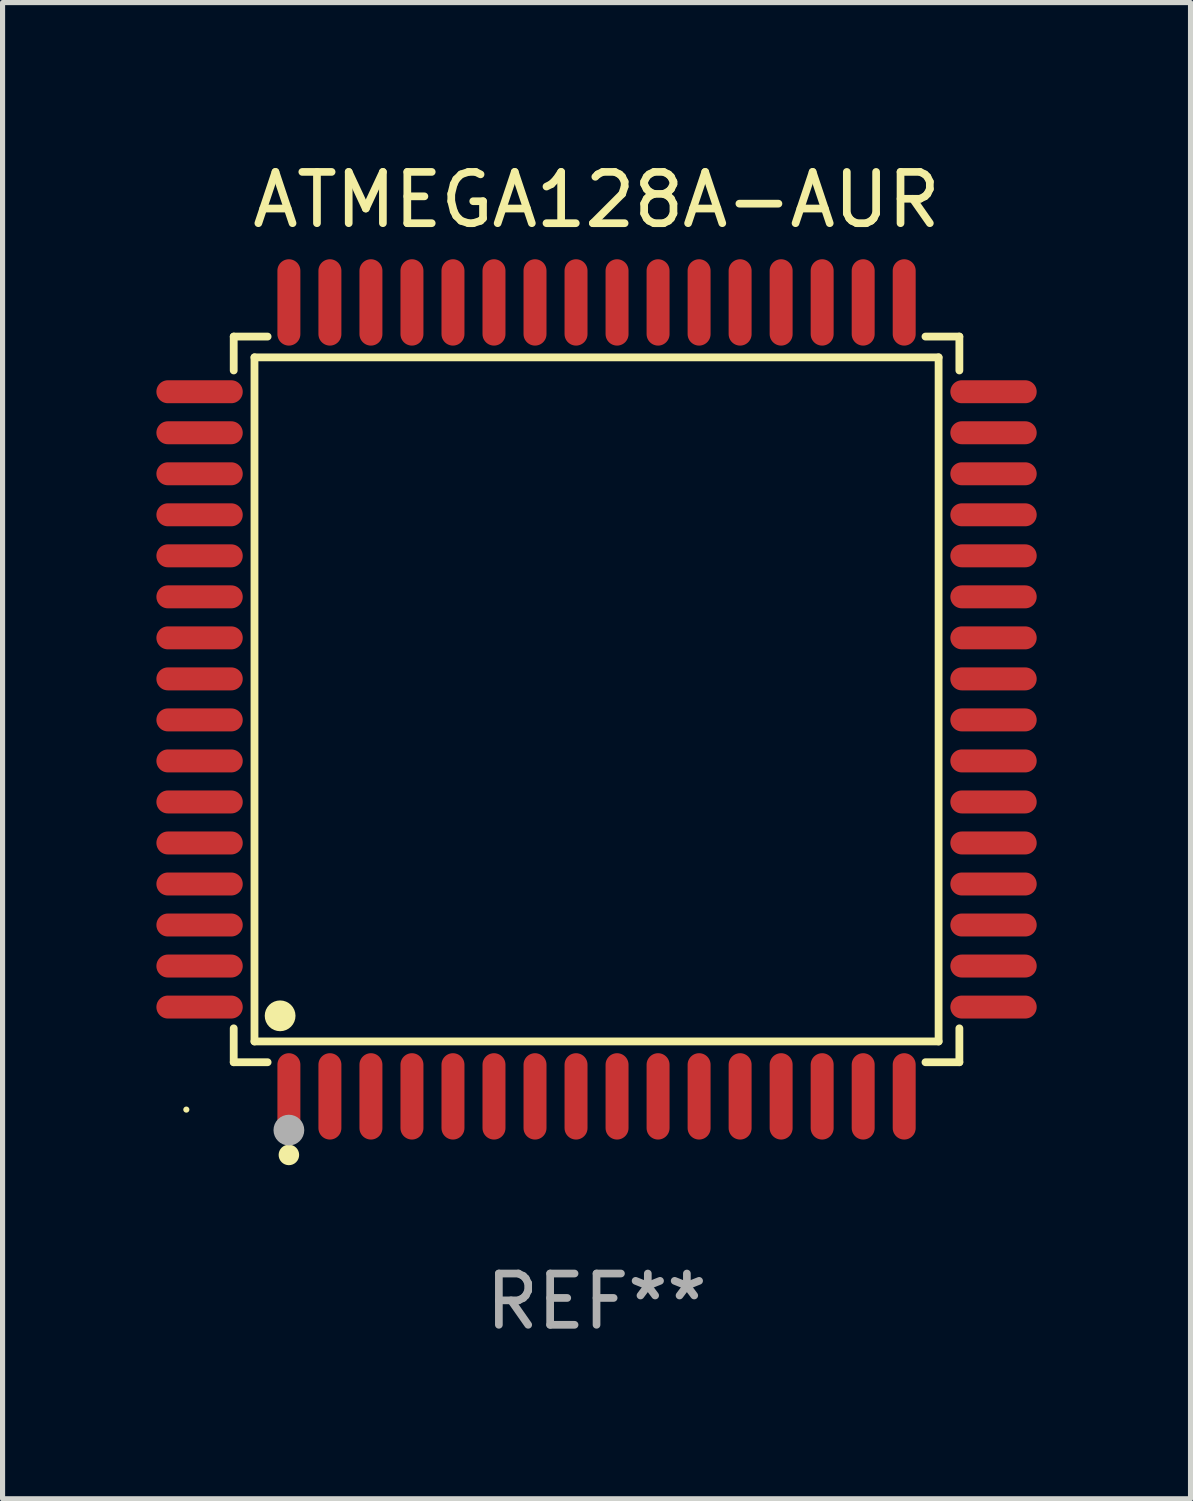
<source format=kicad_pcb>
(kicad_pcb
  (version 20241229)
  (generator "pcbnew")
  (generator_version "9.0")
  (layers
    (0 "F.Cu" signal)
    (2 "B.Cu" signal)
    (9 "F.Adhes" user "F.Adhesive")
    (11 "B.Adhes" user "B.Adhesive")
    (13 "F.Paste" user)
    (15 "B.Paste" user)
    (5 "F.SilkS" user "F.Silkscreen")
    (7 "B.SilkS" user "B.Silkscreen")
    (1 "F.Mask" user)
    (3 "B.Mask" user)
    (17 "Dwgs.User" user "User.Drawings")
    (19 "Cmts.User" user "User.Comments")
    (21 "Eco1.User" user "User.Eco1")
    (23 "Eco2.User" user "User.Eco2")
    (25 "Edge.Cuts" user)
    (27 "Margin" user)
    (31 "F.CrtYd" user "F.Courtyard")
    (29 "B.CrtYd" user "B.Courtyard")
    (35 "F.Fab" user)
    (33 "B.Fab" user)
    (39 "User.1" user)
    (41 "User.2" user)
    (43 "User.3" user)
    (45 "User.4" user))
  (footprint "ATMEGA128A-AUR"
    (layer "F.Cu")
    (at 8.584 10.59)
    (property "Reference" "ATMEGA128A-AUR" (at 0 -9.742 0) (layer "F.SilkS") (effects (font (size 1 1) (thickness 0.15))))
    (attr through_hole)
    (fp_line (start -7.076 -7.076) (end -6.415 -7.076) (stroke (width 0.152) (type solid)) (layer "F.SilkS"))
    (fp_line (start -7.076 -6.415) (end -7.076 -7.076) (stroke (width 0.152) (type solid)) (layer "F.SilkS"))
    (fp_line (start -7.076 6.415) (end -7.076 7.076) (stroke (width 0.152) (type solid)) (layer "F.SilkS"))
    (fp_line (start -7.076 7.076) (end -6.415 7.076) (stroke (width 0.152) (type solid)) (layer "F.SilkS"))
    (fp_line (start -6.671 -6.671) (end 6.671 -6.671) (stroke (width 0.152) (type solid)) (layer "F.SilkS"))
    (fp_line (start -6.671 6.671) (end -6.671 -6.671) (stroke (width 0.152) (type solid)) (layer "F.SilkS"))
    (fp_line (start 6.671 -6.671) (end 6.671 6.671) (stroke (width 0.152) (type solid)) (layer "F.SilkS"))
    (fp_line (start 6.671 6.671) (end -6.671 6.671) (stroke (width 0.152) (type solid)) (layer "F.SilkS"))
    (fp_line (start 7.076 -7.076) (end 6.415 -7.076) (stroke (width 0.152) (type solid)) (layer "F.SilkS"))
    (fp_line (start 7.076 -6.415) (end 7.076 -7.076) (stroke (width 0.152) (type solid)) (layer "F.SilkS"))
    (fp_line (start 7.076 6.415) (end 7.076 7.076) (stroke (width 0.152) (type solid)) (layer "F.SilkS"))
    (fp_line (start 7.076 7.076) (end 6.415 7.076) (stroke (width 0.152) (type solid)) (layer "F.SilkS"))
    (fp_circle (center -8 8) (end -7.97 8) (stroke (width 0.06) (type solid)) (fill no) (layer "F.SilkS"))
    (fp_circle (center -6.171 6.171) (end -6.021 6.171) (stroke (width 0.3) (type solid)) (fill no) (layer "F.SilkS"))
    (fp_circle (center -6 8.884) (end -5.9 8.884) (stroke (width 0.2) (type solid)) (fill no) (layer "F.SilkS"))
    (fp_circle (center -6 8.4) (end -5.85 8.4) (stroke (width 0.3) (type solid)) (fill no) (layer "F.Fab"))
    (fp_text user "REF**" (at 0 11.742 0) (layer "F.Fab") (effects (font (size 1 1) (thickness 0.15))))
    (pad "1" smd oval (at -6 7.742) (size 0.448 1.684) (layers "F.Cu" "F.Mask" "F.Paste"))
    (pad "2" smd oval (at -5.2 7.742) (size 0.448 1.684) (layers "F.Cu" "F.Mask" "F.Paste"))
    (pad "3" smd oval (at -4.4 7.742) (size 0.448 1.684) (layers "F.Cu" "F.Mask" "F.Paste"))
    (pad "4" smd oval (at -3.6 7.742) (size 0.448 1.684) (layers "F.Cu" "F.Mask" "F.Paste"))
    (pad "5" smd oval (at -2.8 7.742) (size 0.448 1.684) (layers "F.Cu" "F.Mask" "F.Paste"))
    (pad "6" smd oval (at -2 7.742) (size 0.448 1.684) (layers "F.Cu" "F.Mask" "F.Paste"))
    (pad "7" smd oval (at -1.2 7.742) (size 0.448 1.684) (layers "F.Cu" "F.Mask" "F.Paste"))
    (pad "8" smd oval (at -0.4 7.742) (size 0.448 1.684) (layers "F.Cu" "F.Mask" "F.Paste"))
    (pad "9" smd oval (at 0.4 7.742) (size 0.448 1.684) (layers "F.Cu" "F.Mask" "F.Paste"))
    (pad "10" smd oval (at 1.2 7.742) (size 0.448 1.684) (layers "F.Cu" "F.Mask" "F.Paste"))
    (pad "11" smd oval (at 2 7.742) (size 0.448 1.684) (layers "F.Cu" "F.Mask" "F.Paste"))
    (pad "12" smd oval (at 2.8 7.742) (size 0.448 1.684) (layers "F.Cu" "F.Mask" "F.Paste"))
    (pad "13" smd oval (at 3.6 7.742) (size 0.448 1.684) (layers "F.Cu" "F.Mask" "F.Paste"))
    (pad "14" smd oval (at 4.4 7.742) (size 0.448 1.684) (layers "F.Cu" "F.Mask" "F.Paste"))
    (pad "15" smd oval (at 5.2 7.742) (size 0.448 1.684) (layers "F.Cu" "F.Mask" "F.Paste"))
    (pad "16" smd oval (at 6 7.742) (size 0.448 1.684) (layers "F.Cu" "F.Mask" "F.Paste"))
    (pad "17" smd oval (at 7.742 6) (size 1.684 0.448) (layers "F.Cu" "F.Mask" "F.Paste"))
    (pad "18" smd oval (at 7.742 5.2) (size 1.684 0.448) (layers "F.Cu" "F.Mask" "F.Paste"))
    (pad "19" smd oval (at 7.742 4.4) (size 1.684 0.448) (layers "F.Cu" "F.Mask" "F.Paste"))
    (pad "20" smd oval (at 7.742 3.6) (size 1.684 0.448) (layers "F.Cu" "F.Mask" "F.Paste"))
    (pad "21" smd oval (at 7.742 2.8) (size 1.684 0.448) (layers "F.Cu" "F.Mask" "F.Paste"))
    (pad "22" smd oval (at 7.742 2) (size 1.684 0.448) (layers "F.Cu" "F.Mask" "F.Paste"))
    (pad "23" smd oval (at 7.742 1.2) (size 1.684 0.448) (layers "F.Cu" "F.Mask" "F.Paste"))
    (pad "24" smd oval (at 7.742 0.4) (size 1.684 0.448) (layers "F.Cu" "F.Mask" "F.Paste"))
    (pad "25" smd oval (at 7.742 -0.4) (size 1.684 0.448) (layers "F.Cu" "F.Mask" "F.Paste"))
    (pad "26" smd oval (at 7.742 -1.2) (size 1.684 0.448) (layers "F.Cu" "F.Mask" "F.Paste"))
    (pad "27" smd oval (at 7.742 -2) (size 1.684 0.448) (layers "F.Cu" "F.Mask" "F.Paste"))
    (pad "28" smd oval (at 7.742 -2.8) (size 1.684 0.448) (layers "F.Cu" "F.Mask" "F.Paste"))
    (pad "29" smd oval (at 7.742 -3.6) (size 1.684 0.448) (layers "F.Cu" "F.Mask" "F.Paste"))
    (pad "30" smd oval (at 7.742 -4.4) (size 1.684 0.448) (layers "F.Cu" "F.Mask" "F.Paste"))
    (pad "31" smd oval (at 7.742 -5.2) (size 1.684 0.448) (layers "F.Cu" "F.Mask" "F.Paste"))
    (pad "32" smd oval (at 7.742 -6) (size 1.684 0.448) (layers "F.Cu" "F.Mask" "F.Paste"))
    (pad "33" smd oval (at 6 -7.742) (size 0.448 1.684) (layers "F.Cu" "F.Mask" "F.Paste"))
    (pad "34" smd oval (at 5.2 -7.742) (size 0.448 1.684) (layers "F.Cu" "F.Mask" "F.Paste"))
    (pad "35" smd oval (at 4.4 -7.742) (size 0.448 1.684) (layers "F.Cu" "F.Mask" "F.Paste"))
    (pad "36" smd oval (at 3.6 -7.742) (size 0.448 1.684) (layers "F.Cu" "F.Mask" "F.Paste"))
    (pad "37" smd oval (at 2.8 -7.742) (size 0.448 1.684) (layers "F.Cu" "F.Mask" "F.Paste"))
    (pad "38" smd oval (at 2 -7.742) (size 0.448 1.684) (layers "F.Cu" "F.Mask" "F.Paste"))
    (pad "39" smd oval (at 1.2 -7.742) (size 0.448 1.684) (layers "F.Cu" "F.Mask" "F.Paste"))
    (pad "40" smd oval (at 0.4 -7.742) (size 0.448 1.684) (layers "F.Cu" "F.Mask" "F.Paste"))
    (pad "41" smd oval (at -0.4 -7.742) (size 0.448 1.684) (layers "F.Cu" "F.Mask" "F.Paste"))
    (pad "42" smd oval (at -1.2 -7.742) (size 0.448 1.684) (layers "F.Cu" "F.Mask" "F.Paste"))
    (pad "43" smd oval (at -2 -7.742) (size 0.448 1.684) (layers "F.Cu" "F.Mask" "F.Paste"))
    (pad "44" smd oval (at -2.8 -7.742) (size 0.448 1.684) (layers "F.Cu" "F.Mask" "F.Paste"))
    (pad "45" smd oval (at -3.6 -7.742) (size 0.448 1.684) (layers "F.Cu" "F.Mask" "F.Paste"))
    (pad "46" smd oval (at -4.4 -7.742) (size 0.448 1.684) (layers "F.Cu" "F.Mask" "F.Paste"))
    (pad "47" smd oval (at -5.2 -7.742) (size 0.448 1.684) (layers "F.Cu" "F.Mask" "F.Paste"))
    (pad "48" smd oval (at -6 -7.742) (size 0.448 1.684) (layers "F.Cu" "F.Mask" "F.Paste"))
    (pad "49" smd oval (at -7.742 -6) (size 1.684 0.448) (layers "F.Cu" "F.Mask" "F.Paste"))
    (pad "50" smd oval (at -7.742 -5.2) (size 1.684 0.448) (layers "F.Cu" "F.Mask" "F.Paste"))
    (pad "51" smd oval (at -7.742 -4.4) (size 1.684 0.448) (layers "F.Cu" "F.Mask" "F.Paste"))
    (pad "52" smd oval (at -7.742 -3.6) (size 1.684 0.448) (layers "F.Cu" "F.Mask" "F.Paste"))
    (pad "53" smd oval (at -7.742 -2.8) (size 1.684 0.448) (layers "F.Cu" "F.Mask" "F.Paste"))
    (pad "54" smd oval (at -7.742 -2) (size 1.684 0.448) (layers "F.Cu" "F.Mask" "F.Paste"))
    (pad "55" smd oval (at -7.742 -1.2) (size 1.684 0.448) (layers "F.Cu" "F.Mask" "F.Paste"))
    (pad "56" smd oval (at -7.742 -0.4) (size 1.684 0.448) (layers "F.Cu" "F.Mask" "F.Paste"))
    (pad "57" smd oval (at -7.742 0.4) (size 1.684 0.448) (layers "F.Cu" "F.Mask" "F.Paste"))
    (pad "58" smd oval (at -7.742 1.2) (size 1.684 0.448) (layers "F.Cu" "F.Mask" "F.Paste"))
    (pad "59" smd oval (at -7.742 2) (size 1.684 0.448) (layers "F.Cu" "F.Mask" "F.Paste"))
    (pad "60" smd oval (at -7.742 2.8) (size 1.684 0.448) (layers "F.Cu" "F.Mask" "F.Paste"))
    (pad "61" smd oval (at -7.742 3.6) (size 1.684 0.448) (layers "F.Cu" "F.Mask" "F.Paste"))
    (pad "62" smd oval (at -7.742 4.4) (size 1.684 0.448) (layers "F.Cu" "F.Mask" "F.Paste"))
    (pad "63" smd oval (at -7.742 5.2) (size 1.684 0.448) (layers "F.Cu" "F.Mask" "F.Paste"))
    (pad "64" smd oval (at -7.742 6) (size 1.684 0.448) (layers "F.Cu" "F.Mask" "F.Paste")))
  (gr_rect
    (start -3 -3)
    (end 20.168 26.18)
    (stroke (width 0.1) (type default))
    (fill no)
    (layer "Edge.Cuts")))
</source>
